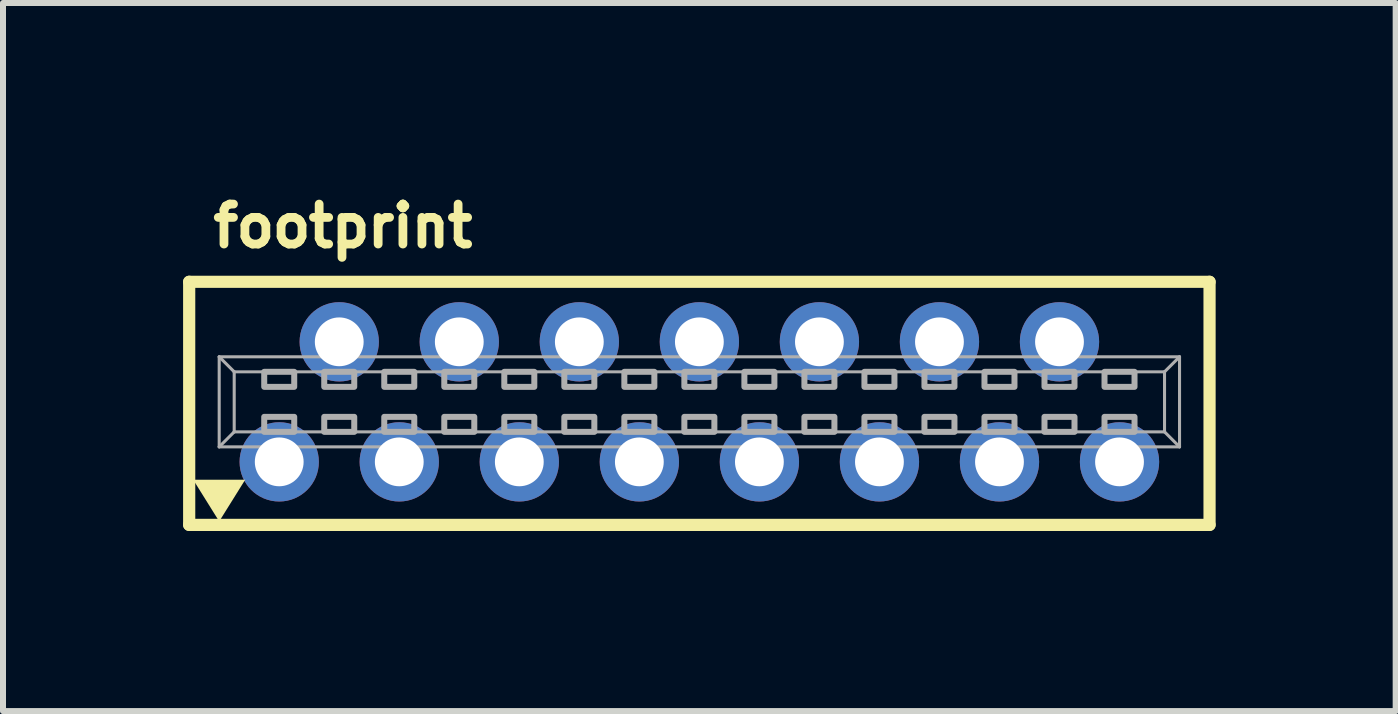
<source format=kicad_pcb>
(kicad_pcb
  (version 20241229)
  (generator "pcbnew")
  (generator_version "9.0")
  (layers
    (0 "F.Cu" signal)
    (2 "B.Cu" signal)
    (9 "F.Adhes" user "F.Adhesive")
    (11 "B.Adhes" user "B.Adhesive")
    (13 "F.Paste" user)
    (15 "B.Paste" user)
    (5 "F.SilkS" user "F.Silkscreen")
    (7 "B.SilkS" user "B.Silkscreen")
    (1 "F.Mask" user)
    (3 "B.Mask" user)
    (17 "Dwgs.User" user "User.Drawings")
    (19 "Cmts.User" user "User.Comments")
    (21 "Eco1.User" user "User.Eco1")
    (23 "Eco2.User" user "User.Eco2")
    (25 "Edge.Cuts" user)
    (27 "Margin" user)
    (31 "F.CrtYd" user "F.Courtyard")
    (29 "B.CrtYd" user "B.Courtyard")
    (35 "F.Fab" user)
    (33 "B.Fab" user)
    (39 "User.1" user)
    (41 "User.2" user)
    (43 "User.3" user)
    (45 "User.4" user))
  (footprint "footprint"
    (layer "F.Cu")
    (at 8.602 3.645)
    (property "Reference" "footprint" (at -8.175 -2.54 0) (layer "F.SilkS") (effects (font (size 0.666 0.666) (thickness 0.146)) (justify left bottom)))
    (fp_line (start -8.5 -2) (end -8.5 2.05) (stroke (width 0.203) (type solid)) (layer "F.SilkS"))
    (fp_line (start -8.5 2.05) (end 8.5 2.05) (stroke (width 0.203) (type solid)) (layer "F.SilkS"))
    (fp_line (start 8.5 -2) (end -8.5 -2) (stroke (width 0.203) (type solid)) (layer "F.SilkS"))
    (fp_line (start 8.5 -2) (end 8.5 2.05) (stroke (width 0.203) (type solid)) (layer "F.SilkS"))
    (fp_poly (pts (xy -8 1.992) (xy -8.433 1.298) (xy -7.567 1.298)) (stroke (width 0) (type solid)) (fill yes) (layer "F.SilkS"))
    (fp_line (start -8 -0.75) (end 8 -0.75) (stroke (width 0.051) (type solid)) (layer "F.Fab"))
    (fp_line (start -8 0.75) (end -8 -0.75) (stroke (width 0.051) (type solid)) (layer "F.Fab"))
    (fp_line (start -7.75 -0.5) (end -8 -0.75) (stroke (width 0.051) (type solid)) (layer "F.Fab"))
    (fp_line (start -7.75 -0.5) (end 7.75 -0.5) (stroke (width 0.051) (type solid)) (layer "F.Fab"))
    (fp_line (start -7.75 0.5) (end -8 0.75) (stroke (width 0.051) (type solid)) (layer "F.Fab"))
    (fp_line (start -7.75 0.5) (end -7.75 -0.5) (stroke (width 0.051) (type solid)) (layer "F.Fab"))
    (fp_line (start 7.75 -0.5) (end 7.75 0.5) (stroke (width 0.051) (type solid)) (layer "F.Fab"))
    (fp_line (start 7.75 -0.5) (end 8 -0.75) (stroke (width 0.051) (type solid)) (layer "F.Fab"))
    (fp_line (start 7.75 0.5) (end -7.75 0.5) (stroke (width 0.051) (type solid)) (layer "F.Fab"))
    (fp_line (start 7.75 0.5) (end 8 0.75) (stroke (width 0.051) (type solid)) (layer "F.Fab"))
    (fp_line (start 8 -0.75) (end 8 0.75) (stroke (width 0.051) (type solid)) (layer "F.Fab"))
    (fp_line (start 8 0.75) (end -8 0.75) (stroke (width 0.051) (type solid)) (layer "F.Fab"))
    (fp_poly (pts (xy -7.25 -0.25) (xy -6.75 -0.25) (xy -6.75 -0.5) (xy -7.25 -0.5)) (stroke (width 0.1) (type solid)) (fill no) (layer "F.Fab"))
    (fp_poly (pts (xy -7.25 0.5) (xy -6.75 0.5) (xy -6.75 0.25) (xy -7.25 0.25)) (stroke (width 0.1) (type solid)) (fill no) (layer "F.Fab"))
    (fp_poly (pts (xy -6.25 -0.25) (xy -5.75 -0.25) (xy -5.75 -0.5) (xy -6.25 -0.5)) (stroke (width 0.1) (type solid)) (fill no) (layer "F.Fab"))
    (fp_poly (pts (xy -6.25 0.5) (xy -5.75 0.5) (xy -5.75 0.25) (xy -6.25 0.25)) (stroke (width 0.1) (type solid)) (fill no) (layer "F.Fab"))
    (fp_poly (pts (xy -5.25 -0.25) (xy -4.75 -0.25) (xy -4.75 -0.5) (xy -5.25 -0.5)) (stroke (width 0.1) (type solid)) (fill no) (layer "F.Fab"))
    (fp_poly (pts (xy -5.25 0.5) (xy -4.75 0.5) (xy -4.75 0.25) (xy -5.25 0.25)) (stroke (width 0.1) (type solid)) (fill no) (layer "F.Fab"))
    (fp_poly (pts (xy -4.25 -0.25) (xy -3.75 -0.25) (xy -3.75 -0.5) (xy -4.25 -0.5)) (stroke (width 0.1) (type solid)) (fill no) (layer "F.Fab"))
    (fp_poly (pts (xy -4.25 0.5) (xy -3.75 0.5) (xy -3.75 0.25) (xy -4.25 0.25)) (stroke (width 0.1) (type solid)) (fill no) (layer "F.Fab"))
    (fp_poly (pts (xy -3.25 -0.25) (xy -2.75 -0.25) (xy -2.75 -0.5) (xy -3.25 -0.5)) (stroke (width 0.1) (type solid)) (fill no) (layer "F.Fab"))
    (fp_poly (pts (xy -3.25 0.5) (xy -2.75 0.5) (xy -2.75 0.25) (xy -3.25 0.25)) (stroke (width 0.1) (type solid)) (fill no) (layer "F.Fab"))
    (fp_poly (pts (xy -2.25 -0.25) (xy -1.75 -0.25) (xy -1.75 -0.5) (xy -2.25 -0.5)) (stroke (width 0.1) (type solid)) (fill no) (layer "F.Fab"))
    (fp_poly (pts (xy -2.25 0.5) (xy -1.75 0.5) (xy -1.75 0.25) (xy -2.25 0.25)) (stroke (width 0.1) (type solid)) (fill no) (layer "F.Fab"))
    (fp_poly (pts (xy -1.25 -0.25) (xy -0.75 -0.25) (xy -0.75 -0.5) (xy -1.25 -0.5)) (stroke (width 0.1) (type solid)) (fill no) (layer "F.Fab"))
    (fp_poly (pts (xy -1.25 0.5) (xy -0.75 0.5) (xy -0.75 0.25) (xy -1.25 0.25)) (stroke (width 0.1) (type solid)) (fill no) (layer "F.Fab"))
    (fp_poly (pts (xy -0.25 -0.25) (xy 0.25 -0.25) (xy 0.25 -0.5) (xy -0.25 -0.5)) (stroke (width 0.1) (type solid)) (fill no) (layer "F.Fab"))
    (fp_poly (pts (xy -0.25 0.5) (xy 0.25 0.5) (xy 0.25 0.25) (xy -0.25 0.25)) (stroke (width 0.1) (type solid)) (fill no) (layer "F.Fab"))
    (fp_poly (pts (xy 0.75 -0.25) (xy 1.25 -0.25) (xy 1.25 -0.5) (xy 0.75 -0.5)) (stroke (width 0.1) (type solid)) (fill no) (layer "F.Fab"))
    (fp_poly (pts (xy 0.75 0.5) (xy 1.25 0.5) (xy 1.25 0.25) (xy 0.75 0.25)) (stroke (width 0.1) (type solid)) (fill no) (layer "F.Fab"))
    (fp_poly (pts (xy 1.75 -0.25) (xy 2.25 -0.25) (xy 2.25 -0.5) (xy 1.75 -0.5)) (stroke (width 0.1) (type solid)) (fill no) (layer "F.Fab"))
    (fp_poly (pts (xy 1.75 0.5) (xy 2.25 0.5) (xy 2.25 0.25) (xy 1.75 0.25)) (stroke (width 0.1) (type solid)) (fill no) (layer "F.Fab"))
    (fp_poly (pts (xy 2.75 -0.25) (xy 3.25 -0.25) (xy 3.25 -0.5) (xy 2.75 -0.5)) (stroke (width 0.1) (type solid)) (fill no) (layer "F.Fab"))
    (fp_poly (pts (xy 2.75 0.5) (xy 3.25 0.5) (xy 3.25 0.25) (xy 2.75 0.25)) (stroke (width 0.1) (type solid)) (fill no) (layer "F.Fab"))
    (fp_poly (pts (xy 3.75 -0.25) (xy 4.25 -0.25) (xy 4.25 -0.5) (xy 3.75 -0.5)) (stroke (width 0.1) (type solid)) (fill no) (layer "F.Fab"))
    (fp_poly (pts (xy 3.75 0.5) (xy 4.25 0.5) (xy 4.25 0.25) (xy 3.75 0.25)) (stroke (width 0.1) (type solid)) (fill no) (layer "F.Fab"))
    (fp_poly (pts (xy 4.75 -0.25) (xy 5.25 -0.25) (xy 5.25 -0.5) (xy 4.75 -0.5)) (stroke (width 0.1) (type solid)) (fill no) (layer "F.Fab"))
    (fp_poly (pts (xy 4.75 0.5) (xy 5.25 0.5) (xy 5.25 0.25) (xy 4.75 0.25)) (stroke (width 0.1) (type solid)) (fill no) (layer "F.Fab"))
    (fp_poly (pts (xy 5.75 -0.25) (xy 6.25 -0.25) (xy 6.25 -0.5) (xy 5.75 -0.5)) (stroke (width 0.1) (type solid)) (fill no) (layer "F.Fab"))
    (fp_poly (pts (xy 5.75 0.5) (xy 6.25 0.5) (xy 6.25 0.25) (xy 5.75 0.25)) (stroke (width 0.1) (type solid)) (fill no) (layer "F.Fab"))
    (fp_poly (pts (xy 6.75 -0.25) (xy 7.25 -0.25) (xy 7.25 -0.5) (xy 6.75 -0.5)) (stroke (width 0.1) (type solid)) (fill no) (layer "F.Fab"))
    (fp_poly (pts (xy 6.75 0.5) (xy 7.25 0.5) (xy 7.25 0.25) (xy 6.75 0.25)) (stroke (width 0.1) (type solid)) (fill no) (layer "F.Fab"))
    (pad "1" thru_hole circle (at -7 1) (size 1.321 1.321) (drill 0.813) (layers "*.Cu" "*.Mask"))
    (pad "2" thru_hole circle (at -6 -1) (size 1.321 1.321) (drill 0.813) (layers "*.Cu" "*.Mask"))
    (pad "3" thru_hole circle (at -5 1) (size 1.321 1.321) (drill 0.813) (layers "*.Cu" "*.Mask"))
    (pad "4" thru_hole circle (at -4 -1) (size 1.321 1.321) (drill 0.813) (layers "*.Cu" "*.Mask"))
    (pad "5" thru_hole circle (at -3 1) (size 1.321 1.321) (drill 0.813) (layers "*.Cu" "*.Mask"))
    (pad "6" thru_hole circle (at -2 -1) (size 1.321 1.321) (drill 0.813) (layers "*.Cu" "*.Mask"))
    (pad "7" thru_hole circle (at -1 1) (size 1.321 1.321) (drill 0.813) (layers "*.Cu" "*.Mask"))
    (pad "8" thru_hole circle (at 0 -1) (size 1.321 1.321) (drill 0.813) (layers "*.Cu" "*.Mask"))
    (pad "9" thru_hole circle (at 1 1) (size 1.321 1.321) (drill 0.813) (layers "*.Cu" "*.Mask"))
    (pad "10" thru_hole circle (at 2 -1) (size 1.321 1.321) (drill 0.813) (layers "*.Cu" "*.Mask"))
    (pad "11" thru_hole circle (at 3 1) (size 1.321 1.321) (drill 0.813) (layers "*.Cu" "*.Mask"))
    (pad "12" thru_hole circle (at 4 -1) (size 1.321 1.321) (drill 0.813) (layers "*.Cu" "*.Mask"))
    (pad "13" thru_hole circle (at 5 1) (size 1.321 1.321) (drill 0.813) (layers "*.Cu" "*.Mask"))
    (pad "14" thru_hole circle (at 6 -1) (size 1.321 1.321) (drill 0.813) (layers "*.Cu" "*.Mask"))
    (pad "15" thru_hole circle (at 7 1) (size 1.321 1.321) (drill 0.813) (layers "*.Cu" "*.Mask")))
  (gr_rect
    (start -3 -3)
    (end 20.203 8.797)
    (stroke (width 0.1) (type default))
    (fill no)
    (layer "Edge.Cuts")))
</source>
